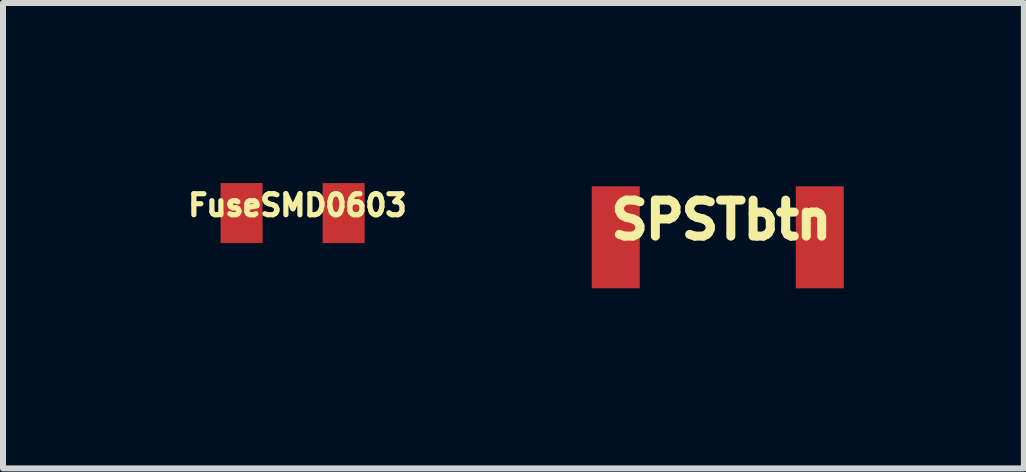
<source format=kicad_pcb>
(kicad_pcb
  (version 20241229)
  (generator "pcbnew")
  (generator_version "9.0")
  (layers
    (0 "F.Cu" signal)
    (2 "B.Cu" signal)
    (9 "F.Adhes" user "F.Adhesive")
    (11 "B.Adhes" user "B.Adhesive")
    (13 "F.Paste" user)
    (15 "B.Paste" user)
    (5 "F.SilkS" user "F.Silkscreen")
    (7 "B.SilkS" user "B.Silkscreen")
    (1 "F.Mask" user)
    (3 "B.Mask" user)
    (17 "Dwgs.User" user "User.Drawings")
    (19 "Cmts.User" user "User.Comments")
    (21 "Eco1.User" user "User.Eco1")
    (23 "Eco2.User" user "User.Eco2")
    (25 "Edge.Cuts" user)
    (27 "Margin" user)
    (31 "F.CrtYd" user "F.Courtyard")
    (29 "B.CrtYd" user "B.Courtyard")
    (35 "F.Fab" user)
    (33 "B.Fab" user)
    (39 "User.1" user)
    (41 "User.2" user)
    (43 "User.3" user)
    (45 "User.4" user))
  (footprint "FuseSMD0603"
    (layer "F.Cu")
    (at 1.825 0.5)
    (property "Reference" "FuseSMD0603" (at 0.08 -0.13 0) (layer "F.SilkS") (effects (font (size 0.35 0.35) (thickness 0.087))))
    (attr through_hole)
    (pad "1" smd rect (at -0.85 0) (size 0.7 1) (layers "F.Cu" "F.Mask" "F.Paste"))
    (pad "2" smd rect (at 0.85 0) (size 0.7 1) (layers "F.Cu" "F.Mask" "F.Paste")))
  (footprint "SPSTbtn"
    (layer "F.Cu")
    (at 8.909 0.904)
    (property "Reference" "SPSTbtn" (at 0.06 -0.29 0) (layer "F.SilkS") (effects (font (size 0.6 0.6) (thickness 0.15))))
    (attr through_hole)
    (pad "1" smd rect (at -1.7 0) (size 0.8 1.7) (layers "F.Cu" "F.Mask" "F.Paste"))
    (pad "2" smd rect (at 1.7 0) (size 0.8 1.7) (layers "F.Cu" "F.Mask" "F.Paste")))
  (gr_rect
    (start -3 -3)
    (end 14.009 4.754)
    (stroke (width 0.1) (type default))
    (fill no)
    (layer "Edge.Cuts")))
</source>
